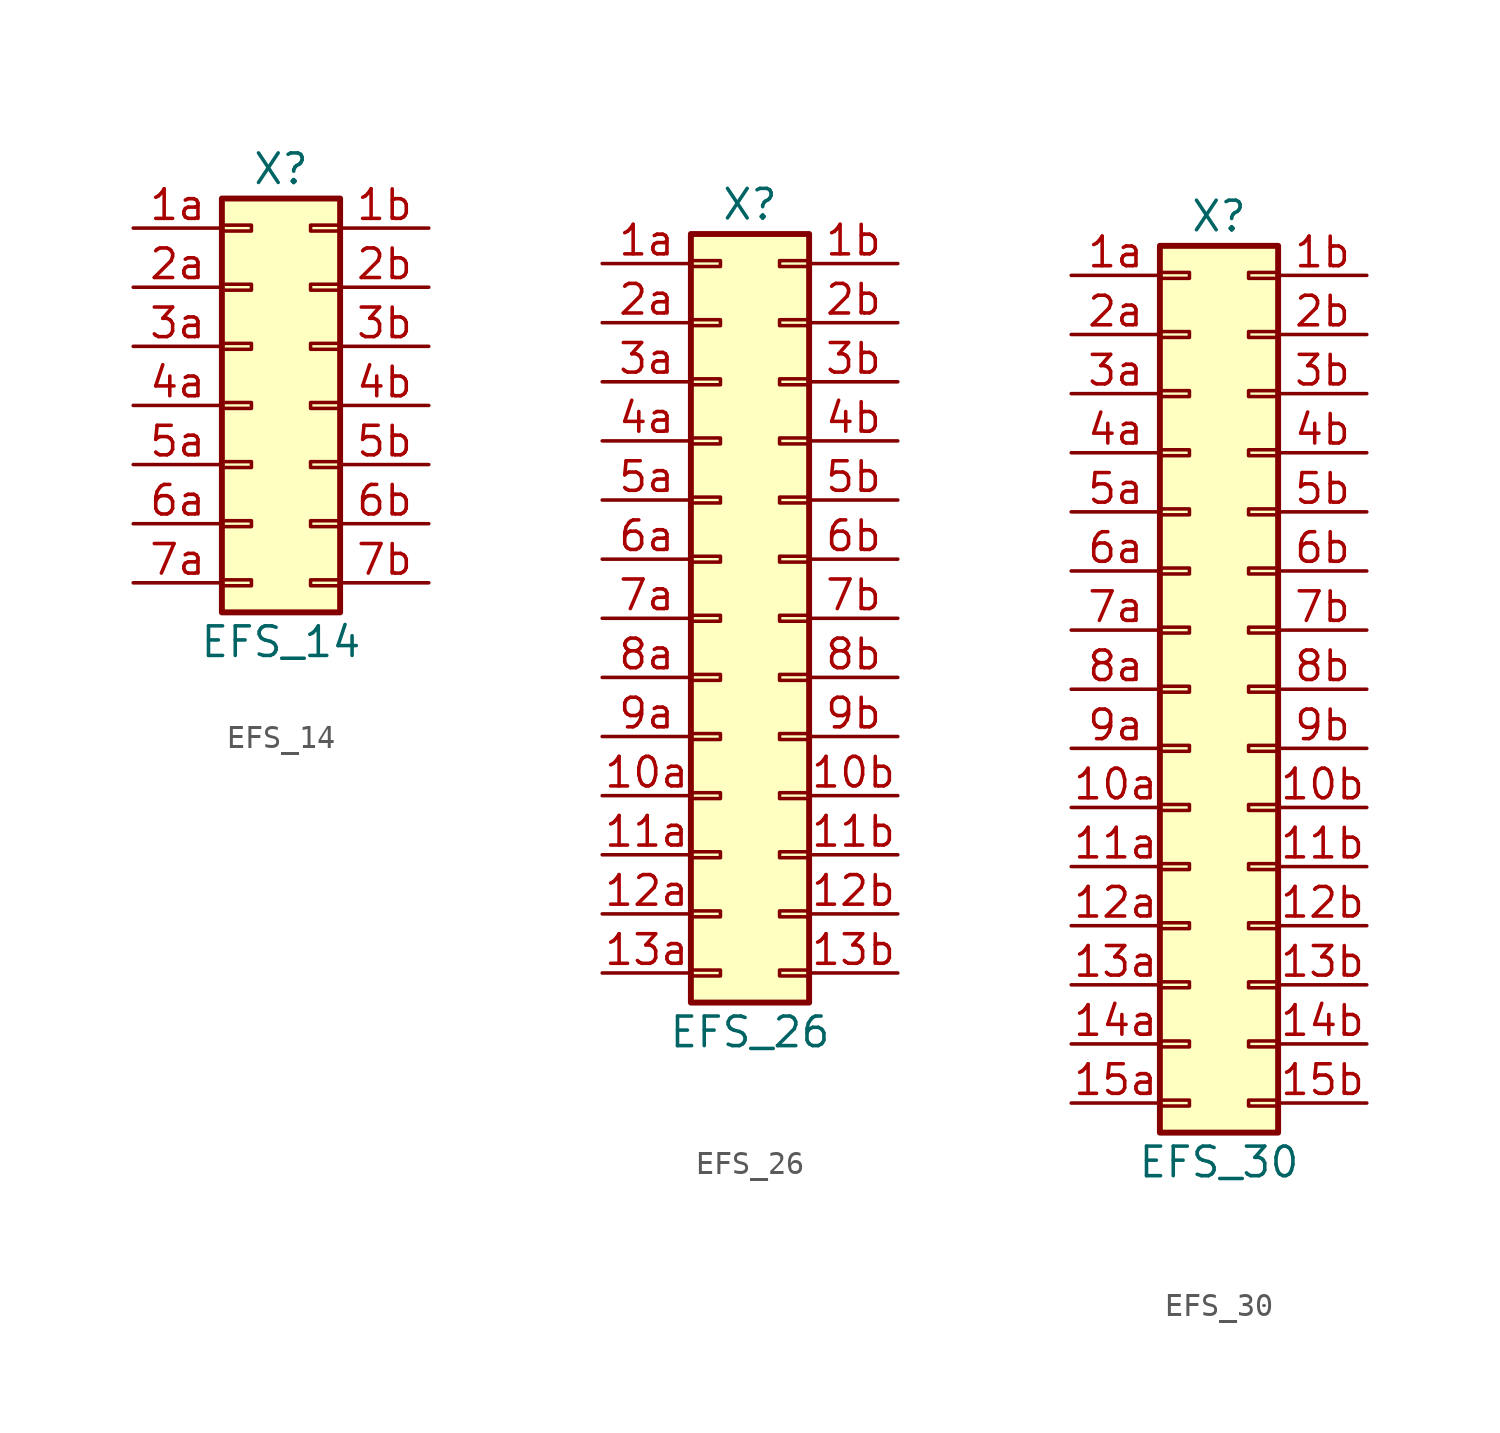
<source format=kicad_sym>
(kicad_symbol_lib
  (version 20211014)
  (generator kicad_symbol_editor)
  (symbol "EFS_14"
    (pin_names
      (offset 1.016) hide)
    (property "Reference" "X"
      (at 0 10.16 0)
      (effects (font (size 1.27 1.27))))
    (property "Value" "EFS_14"
      (at 0 -10.16 0)
      (effects (font (size 1.27 1.27))))
    (symbol "EFS_14_1_1"
      (rectangle (start -2.54 -7.493) (end -1.27 -7.747) (stroke (width 0.152) (type default) (color 0 0 0 0)) (fill (type none)))
      (rectangle (start -2.54 -4.953) (end -1.27 -5.207) (stroke (width 0.152) (type default) (color 0 0 0 0)) (fill (type none)))
      (rectangle (start -2.54 -2.413) (end -1.27 -2.667) (stroke (width 0.152) (type default) (color 0 0 0 0)) (fill (type none)))
      (rectangle (start -2.54 0.127) (end -1.27 -0.127) (stroke (width 0.152) (type default) (color 0 0 0 0)) (fill (type none)))
      (rectangle (start -2.54 2.667) (end -1.27 2.413) (stroke (width 0.152) (type default) (color 0 0 0 0)) (fill (type none)))
      (rectangle (start -2.54 5.207) (end -1.27 4.953) (stroke (width 0.152) (type default) (color 0 0 0 0)) (fill (type none)))
      (rectangle (start -2.54 7.747) (end -1.27 7.493) (stroke (width 0.152) (type default) (color 0 0 0 0)) (fill (type none)))
      (rectangle (start -2.54 8.89) (end 2.54 -8.89) (stroke (width 0.254) (type default) (color 0 0 0 0)) (fill (type background)))
      (rectangle (start 2.54 -7.493) (end 1.27 -7.747) (stroke (width 0.152) (type default) (color 0 0 0 0)) (fill (type none)))
      (rectangle (start 2.54 -4.953) (end 1.27 -5.207) (stroke (width 0.152) (type default) (color 0 0 0 0)) (fill (type none)))
      (rectangle (start 2.54 -2.413) (end 1.27 -2.667) (stroke (width 0.152) (type default) (color 0 0 0 0)) (fill (type none)))
      (rectangle (start 2.54 0.127) (end 1.27 -0.127) (stroke (width 0.152) (type default) (color 0 0 0 0)) (fill (type none)))
      (rectangle (start 2.54 2.667) (end 1.27 2.413) (stroke (width 0.152) (type default) (color 0 0 0 0)) (fill (type none)))
      (rectangle (start 2.54 5.207) (end 1.27 4.953) (stroke (width 0.152) (type default) (color 0 0 0 0)) (fill (type none)))
      (rectangle (start 2.54 7.747) (end 1.27 7.493) (stroke (width 0.152) (type default) (color 0 0 0 0)) (fill (type none)))
      (pin passive line (at -6.35 7.62 0) (length 3.81) (name "Pin_1a" (effects (font (size 1.27 1.27)))) (number "1a" (effects (font (size 1.27 1.27)))))
      (pin passive line (at 6.35 7.62 180) (length 3.81) (name "Pin_1b" (effects (font (size 1.27 1.27)))) (number "1b" (effects (font (size 1.27 1.27)))))
      (pin passive line (at -6.35 5.08 0) (length 3.81) (name "Pin_2a" (effects (font (size 1.27 1.27)))) (number "2a" (effects (font (size 1.27 1.27)))))
      (pin passive line (at 6.35 5.08 180) (length 3.81) (name "Pin_2b" (effects (font (size 1.27 1.27)))) (number "2b" (effects (font (size 1.27 1.27)))))
      (pin passive line (at -6.35 2.54 0) (length 3.81) (name "Pin_3a" (effects (font (size 1.27 1.27)))) (number "3a" (effects (font (size 1.27 1.27)))))
      (pin passive line (at 6.35 2.54 180) (length 3.81) (name "Pin_3b" (effects (font (size 1.27 1.27)))) (number "3b" (effects (font (size 1.27 1.27)))))
      (pin passive line (at -6.35 0 0) (length 3.81) (name "Pin_4a" (effects (font (size 1.27 1.27)))) (number "4a" (effects (font (size 1.27 1.27)))))
      (pin passive line (at 6.35 0 180) (length 3.81) (name "Pin_4b" (effects (font (size 1.27 1.27)))) (number "4b" (effects (font (size 1.27 1.27)))))
      (pin passive line (at -6.35 -2.54 0) (length 3.81) (name "Pin_5a" (effects (font (size 1.27 1.27)))) (number "5a" (effects (font (size 1.27 1.27)))))
      (pin passive line (at 6.35 -2.54 180) (length 3.81) (name "Pin_5b" (effects (font (size 1.27 1.27)))) (number "5b" (effects (font (size 1.27 1.27)))))
      (pin passive line (at -6.35 -5.08 0) (length 3.81) (name "Pin_6a" (effects (font (size 1.27 1.27)))) (number "6a" (effects (font (size 1.27 1.27)))))
      (pin passive line (at 6.35 -5.08 180) (length 3.81) (name "Pin_6b" (effects (font (size 1.27 1.27)))) (number "6b" (effects (font (size 1.27 1.27)))))
      (pin passive line (at -6.35 -7.62 0) (length 3.81) (name "Pin_7a" (effects (font (size 1.27 1.27)))) (number "7a" (effects (font (size 1.27 1.27)))))
      (pin passive line (at 6.35 -7.62 180) (length 3.81) (name "Pin_7b" (effects (font (size 1.27 1.27)))) (number "7b" (effects (font (size 1.27 1.27)))))))
  (symbol "EFS_26"
    (pin_names
      (offset 1.016) hide)
    (property "Reference" "X"
      (at 0 17.78 0)
      (effects (font (size 1.27 1.27))))
    (property "Value" "EFS_26"
      (at 0 -17.78 0)
      (effects (font (size 1.27 1.27))))
    (symbol "EFS_26_1_1"
      (rectangle (start -2.54 -15.113) (end -1.27 -15.367) (stroke (width 0.152) (type default) (color 0 0 0 0)) (fill (type none)))
      (rectangle (start -2.54 -12.573) (end -1.27 -12.827) (stroke (width 0.152) (type default) (color 0 0 0 0)) (fill (type none)))
      (rectangle (start -2.54 -10.033) (end -1.27 -10.287) (stroke (width 0.152) (type default) (color 0 0 0 0)) (fill (type none)))
      (rectangle (start -2.54 -7.493) (end -1.27 -7.747) (stroke (width 0.152) (type default) (color 0 0 0 0)) (fill (type none)))
      (rectangle (start -2.54 -4.953) (end -1.27 -5.207) (stroke (width 0.152) (type default) (color 0 0 0 0)) (fill (type none)))
      (rectangle (start -2.54 -2.413) (end -1.27 -2.667) (stroke (width 0.152) (type default) (color 0 0 0 0)) (fill (type none)))
      (rectangle (start -2.54 0.127) (end -1.27 -0.127) (stroke (width 0.152) (type default) (color 0 0 0 0)) (fill (type none)))
      (rectangle (start -2.54 2.667) (end -1.27 2.413) (stroke (width 0.152) (type default) (color 0 0 0 0)) (fill (type none)))
      (rectangle (start -2.54 5.207) (end -1.27 4.953) (stroke (width 0.152) (type default) (color 0 0 0 0)) (fill (type none)))
      (rectangle (start -2.54 7.747) (end -1.27 7.493) (stroke (width 0.152) (type default) (color 0 0 0 0)) (fill (type none)))
      (rectangle (start -2.54 10.287) (end -1.27 10.033) (stroke (width 0.152) (type default) (color 0 0 0 0)) (fill (type none)))
      (rectangle (start -2.54 12.827) (end -1.27 12.573) (stroke (width 0.152) (type default) (color 0 0 0 0)) (fill (type none)))
      (rectangle (start -2.54 15.367) (end -1.27 15.113) (stroke (width 0.152) (type default) (color 0 0 0 0)) (fill (type none)))
      (rectangle (start -2.54 16.51) (end 2.54 -16.51) (stroke (width 0.254) (type default) (color 0 0 0 0)) (fill (type background)))
      (rectangle (start 2.54 -15.113) (end 1.27 -15.367) (stroke (width 0.152) (type default) (color 0 0 0 0)) (fill (type none)))
      (rectangle (start 2.54 -12.573) (end 1.27 -12.827) (stroke (width 0.152) (type default) (color 0 0 0 0)) (fill (type none)))
      (rectangle (start 2.54 -10.033) (end 1.27 -10.287) (stroke (width 0.152) (type default) (color 0 0 0 0)) (fill (type none)))
      (rectangle (start 2.54 -7.493) (end 1.27 -7.747) (stroke (width 0.152) (type default) (color 0 0 0 0)) (fill (type none)))
      (rectangle (start 2.54 -4.953) (end 1.27 -5.207) (stroke (width 0.152) (type default) (color 0 0 0 0)) (fill (type none)))
      (rectangle (start 2.54 -2.413) (end 1.27 -2.667) (stroke (width 0.152) (type default) (color 0 0 0 0)) (fill (type none)))
      (rectangle (start 2.54 0.127) (end 1.27 -0.127) (stroke (width 0.152) (type default) (color 0 0 0 0)) (fill (type none)))
      (rectangle (start 2.54 2.667) (end 1.27 2.413) (stroke (width 0.152) (type default) (color 0 0 0 0)) (fill (type none)))
      (rectangle (start 2.54 5.207) (end 1.27 4.953) (stroke (width 0.152) (type default) (color 0 0 0 0)) (fill (type none)))
      (rectangle (start 2.54 7.747) (end 1.27 7.493) (stroke (width 0.152) (type default) (color 0 0 0 0)) (fill (type none)))
      (rectangle (start 2.54 10.287) (end 1.27 10.033) (stroke (width 0.152) (type default) (color 0 0 0 0)) (fill (type none)))
      (rectangle (start 2.54 12.827) (end 1.27 12.573) (stroke (width 0.152) (type default) (color 0 0 0 0)) (fill (type none)))
      (rectangle (start 2.54 15.367) (end 1.27 15.113) (stroke (width 0.152) (type default) (color 0 0 0 0)) (fill (type none)))
      (pin passive line (at -6.35 -7.62 0) (length 3.81) (name "Pin_10a" (effects (font (size 1.27 1.27)))) (number "10a" (effects (font (size 1.27 1.27)))))
      (pin passive line (at 6.35 -7.62 180) (length 3.81) (name "Pin_10b" (effects (font (size 1.27 1.27)))) (number "10b" (effects (font (size 1.27 1.27)))))
      (pin passive line (at -6.35 -10.16 0) (length 3.81) (name "Pin_11a" (effects (font (size 1.27 1.27)))) (number "11a" (effects (font (size 1.27 1.27)))))
      (pin passive line (at 6.35 -10.16 180) (length 3.81) (name "Pin_11b" (effects (font (size 1.27 1.27)))) (number "11b" (effects (font (size 1.27 1.27)))))
      (pin passive line (at -6.35 -12.7 0) (length 3.81) (name "Pin_12a" (effects (font (size 1.27 1.27)))) (number "12a" (effects (font (size 1.27 1.27)))))
      (pin passive line (at 6.35 -12.7 180) (length 3.81) (name "Pin_12b" (effects (font (size 1.27 1.27)))) (number "12b" (effects (font (size 1.27 1.27)))))
      (pin passive line (at -6.35 -15.24 0) (length 3.81) (name "Pin_13a" (effects (font (size 1.27 1.27)))) (number "13a" (effects (font (size 1.27 1.27)))))
      (pin passive line (at 6.35 -15.24 180) (length 3.81) (name "Pin_13b" (effects (font (size 1.27 1.27)))) (number "13b" (effects (font (size 1.27 1.27)))))
      (pin passive line (at -6.35 15.24 0) (length 3.81) (name "Pin_1a" (effects (font (size 1.27 1.27)))) (number "1a" (effects (font (size 1.27 1.27)))))
      (pin passive line (at 6.35 15.24 180) (length 3.81) (name "Pin_1b" (effects (font (size 1.27 1.27)))) (number "1b" (effects (font (size 1.27 1.27)))))
      (pin passive line (at -6.35 12.7 0) (length 3.81) (name "Pin_2a" (effects (font (size 1.27 1.27)))) (number "2a" (effects (font (size 1.27 1.27)))))
      (pin passive line (at 6.35 12.7 180) (length 3.81) (name "Pin_2b" (effects (font (size 1.27 1.27)))) (number "2b" (effects (font (size 1.27 1.27)))))
      (pin passive line (at -6.35 10.16 0) (length 3.81) (name "Pin_3a" (effects (font (size 1.27 1.27)))) (number "3a" (effects (font (size 1.27 1.27)))))
      (pin passive line (at 6.35 10.16 180) (length 3.81) (name "Pin_3b" (effects (font (size 1.27 1.27)))) (number "3b" (effects (font (size 1.27 1.27)))))
      (pin passive line (at -6.35 7.62 0) (length 3.81) (name "Pin_4a" (effects (font (size 1.27 1.27)))) (number "4a" (effects (font (size 1.27 1.27)))))
      (pin passive line (at 6.35 7.62 180) (length 3.81) (name "Pin_4b" (effects (font (size 1.27 1.27)))) (number "4b" (effects (font (size 1.27 1.27)))))
      (pin passive line (at -6.35 5.08 0) (length 3.81) (name "Pin_5a" (effects (font (size 1.27 1.27)))) (number "5a" (effects (font (size 1.27 1.27)))))
      (pin passive line (at 6.35 5.08 180) (length 3.81) (name "Pin_5b" (effects (font (size 1.27 1.27)))) (number "5b" (effects (font (size 1.27 1.27)))))
      (pin passive line (at -6.35 2.54 0) (length 3.81) (name "Pin_6a" (effects (font (size 1.27 1.27)))) (number "6a" (effects (font (size 1.27 1.27)))))
      (pin passive line (at 6.35 2.54 180) (length 3.81) (name "Pin_6b" (effects (font (size 1.27 1.27)))) (number "6b" (effects (font (size 1.27 1.27)))))
      (pin passive line (at -6.35 0 0) (length 3.81) (name "Pin_7a" (effects (font (size 1.27 1.27)))) (number "7a" (effects (font (size 1.27 1.27)))))
      (pin passive line (at 6.35 0 180) (length 3.81) (name "Pin_7b" (effects (font (size 1.27 1.27)))) (number "7b" (effects (font (size 1.27 1.27)))))
      (pin passive line (at -6.35 -2.54 0) (length 3.81) (name "Pin_8a" (effects (font (size 1.27 1.27)))) (number "8a" (effects (font (size 1.27 1.27)))))
      (pin passive line (at 6.35 -2.54 180) (length 3.81) (name "Pin_8b" (effects (font (size 1.27 1.27)))) (number "8b" (effects (font (size 1.27 1.27)))))
      (pin passive line (at -6.35 -5.08 0) (length 3.81) (name "Pin_9a" (effects (font (size 1.27 1.27)))) (number "9a" (effects (font (size 1.27 1.27)))))
      (pin passive line (at 6.35 -5.08 180) (length 3.81) (name "Pin_9b" (effects (font (size 1.27 1.27)))) (number "9b" (effects (font (size 1.27 1.27)))))))
  (symbol "EFS_30"
    (pin_names
      (offset 1.016) hide)
    (property "Reference" "X"
      (at 0 20.32 0)
      (effects (font (size 1.27 1.27))))
    (property "Value" "EFS_30"
      (at 0 -20.32 0)
      (effects (font (size 1.27 1.27))))
    (symbol "EFS_30_1_1"
      (rectangle (start -2.54 -17.653) (end -1.27 -17.907) (stroke (width 0.152) (type default) (color 0 0 0 0)) (fill (type none)))
      (rectangle (start -2.54 -15.113) (end -1.27 -15.367) (stroke (width 0.152) (type default) (color 0 0 0 0)) (fill (type none)))
      (rectangle (start -2.54 -12.573) (end -1.27 -12.827) (stroke (width 0.152) (type default) (color 0 0 0 0)) (fill (type none)))
      (rectangle (start -2.54 -10.033) (end -1.27 -10.287) (stroke (width 0.152) (type default) (color 0 0 0 0)) (fill (type none)))
      (rectangle (start -2.54 -7.493) (end -1.27 -7.747) (stroke (width 0.152) (type default) (color 0 0 0 0)) (fill (type none)))
      (rectangle (start -2.54 -4.953) (end -1.27 -5.207) (stroke (width 0.152) (type default) (color 0 0 0 0)) (fill (type none)))
      (rectangle (start -2.54 -2.413) (end -1.27 -2.667) (stroke (width 0.152) (type default) (color 0 0 0 0)) (fill (type none)))
      (rectangle (start -2.54 0.127) (end -1.27 -0.127) (stroke (width 0.152) (type default) (color 0 0 0 0)) (fill (type none)))
      (rectangle (start -2.54 2.667) (end -1.27 2.413) (stroke (width 0.152) (type default) (color 0 0 0 0)) (fill (type none)))
      (rectangle (start -2.54 5.207) (end -1.27 4.953) (stroke (width 0.152) (type default) (color 0 0 0 0)) (fill (type none)))
      (rectangle (start -2.54 7.747) (end -1.27 7.493) (stroke (width 0.152) (type default) (color 0 0 0 0)) (fill (type none)))
      (rectangle (start -2.54 10.287) (end -1.27 10.033) (stroke (width 0.152) (type default) (color 0 0 0 0)) (fill (type none)))
      (rectangle (start -2.54 12.827) (end -1.27 12.573) (stroke (width 0.152) (type default) (color 0 0 0 0)) (fill (type none)))
      (rectangle (start -2.54 15.367) (end -1.27 15.113) (stroke (width 0.152) (type default) (color 0 0 0 0)) (fill (type none)))
      (rectangle (start -2.54 17.907) (end -1.27 17.653) (stroke (width 0.152) (type default) (color 0 0 0 0)) (fill (type none)))
      (rectangle (start -2.54 19.05) (end 2.54 -19.05) (stroke (width 0.254) (type default) (color 0 0 0 0)) (fill (type background)))
      (rectangle (start 2.54 -17.653) (end 1.27 -17.907) (stroke (width 0.152) (type default) (color 0 0 0 0)) (fill (type none)))
      (rectangle (start 2.54 -15.113) (end 1.27 -15.367) (stroke (width 0.152) (type default) (color 0 0 0 0)) (fill (type none)))
      (rectangle (start 2.54 -12.573) (end 1.27 -12.827) (stroke (width 0.152) (type default) (color 0 0 0 0)) (fill (type none)))
      (rectangle (start 2.54 -10.033) (end 1.27 -10.287) (stroke (width 0.152) (type default) (color 0 0 0 0)) (fill (type none)))
      (rectangle (start 2.54 -7.493) (end 1.27 -7.747) (stroke (width 0.152) (type default) (color 0 0 0 0)) (fill (type none)))
      (rectangle (start 2.54 -4.953) (end 1.27 -5.207) (stroke (width 0.152) (type default) (color 0 0 0 0)) (fill (type none)))
      (rectangle (start 2.54 -2.413) (end 1.27 -2.667) (stroke (width 0.152) (type default) (color 0 0 0 0)) (fill (type none)))
      (rectangle (start 2.54 0.127) (end 1.27 -0.127) (stroke (width 0.152) (type default) (color 0 0 0 0)) (fill (type none)))
      (rectangle (start 2.54 2.667) (end 1.27 2.413) (stroke (width 0.152) (type default) (color 0 0 0 0)) (fill (type none)))
      (rectangle (start 2.54 5.207) (end 1.27 4.953) (stroke (width 0.152) (type default) (color 0 0 0 0)) (fill (type none)))
      (rectangle (start 2.54 7.747) (end 1.27 7.493) (stroke (width 0.152) (type default) (color 0 0 0 0)) (fill (type none)))
      (rectangle (start 2.54 10.287) (end 1.27 10.033) (stroke (width 0.152) (type default) (color 0 0 0 0)) (fill (type none)))
      (rectangle (start 2.54 12.827) (end 1.27 12.573) (stroke (width 0.152) (type default) (color 0 0 0 0)) (fill (type none)))
      (rectangle (start 2.54 15.367) (end 1.27 15.113) (stroke (width 0.152) (type default) (color 0 0 0 0)) (fill (type none)))
      (rectangle (start 2.54 17.907) (end 1.27 17.653) (stroke (width 0.152) (type default) (color 0 0 0 0)) (fill (type none)))
      (pin passive line (at -6.35 -5.08 0) (length 3.81) (name "Pin_10a" (effects (font (size 1.27 1.27)))) (number "10a" (effects (font (size 1.27 1.27)))))
      (pin passive line (at 6.35 -5.08 180) (length 3.81) (name "Pin_10b" (effects (font (size 1.27 1.27)))) (number "10b" (effects (font (size 1.27 1.27)))))
      (pin passive line (at -6.35 -7.62 0) (length 3.81) (name "Pin_11a" (effects (font (size 1.27 1.27)))) (number "11a" (effects (font (size 1.27 1.27)))))
      (pin passive line (at 6.35 -7.62 180) (length 3.81) (name "Pin_11b" (effects (font (size 1.27 1.27)))) (number "11b" (effects (font (size 1.27 1.27)))))
      (pin passive line (at -6.35 -10.16 0) (length 3.81) (name "Pin_12a" (effects (font (size 1.27 1.27)))) (number "12a" (effects (font (size 1.27 1.27)))))
      (pin passive line (at 6.35 -10.16 180) (length 3.81) (name "Pin_12b" (effects (font (size 1.27 1.27)))) (number "12b" (effects (font (size 1.27 1.27)))))
      (pin passive line (at -6.35 -12.7 0) (length 3.81) (name "Pin_13a" (effects (font (size 1.27 1.27)))) (number "13a" (effects (font (size 1.27 1.27)))))
      (pin passive line (at 6.35 -12.7 180) (length 3.81) (name "Pin_13b" (effects (font (size 1.27 1.27)))) (number "13b" (effects (font (size 1.27 1.27)))))
      (pin passive line (at -6.35 -15.24 0) (length 3.81) (name "Pin_14a" (effects (font (size 1.27 1.27)))) (number "14a" (effects (font (size 1.27 1.27)))))
      (pin passive line (at 6.35 -15.24 180) (length 3.81) (name "Pin_14b" (effects (font (size 1.27 1.27)))) (number "14b" (effects (font (size 1.27 1.27)))))
      (pin passive line (at -6.35 -17.78 0) (length 3.81) (name "Pin_15a" (effects (font (size 1.27 1.27)))) (number "15a" (effects (font (size 1.27 1.27)))))
      (pin passive line (at 6.35 -17.78 180) (length 3.81) (name "Pin_15b" (effects (font (size 1.27 1.27)))) (number "15b" (effects (font (size 1.27 1.27)))))
      (pin passive line (at -6.35 17.78 0) (length 3.81) (name "Pin_1a" (effects (font (size 1.27 1.27)))) (number "1a" (effects (font (size 1.27 1.27)))))
      (pin passive line (at 6.35 17.78 180) (length 3.81) (name "Pin_1b" (effects (font (size 1.27 1.27)))) (number "1b" (effects (font (size 1.27 1.27)))))
      (pin passive line (at -6.35 15.24 0) (length 3.81) (name "Pin_2a" (effects (font (size 1.27 1.27)))) (number "2a" (effects (font (size 1.27 1.27)))))
      (pin passive line (at 6.35 15.24 180) (length 3.81) (name "Pin_2b" (effects (font (size 1.27 1.27)))) (number "2b" (effects (font (size 1.27 1.27)))))
      (pin passive line (at -6.35 12.7 0) (length 3.81) (name "Pin_3a" (effects (font (size 1.27 1.27)))) (number "3a" (effects (font (size 1.27 1.27)))))
      (pin passive line (at 6.35 12.7 180) (length 3.81) (name "Pin_3b" (effects (font (size 1.27 1.27)))) (number "3b" (effects (font (size 1.27 1.27)))))
      (pin passive line (at -6.35 10.16 0) (length 3.81) (name "Pin_4a" (effects (font (size 1.27 1.27)))) (number "4a" (effects (font (size 1.27 1.27)))))
      (pin passive line (at 6.35 10.16 180) (length 3.81) (name "Pin_4b" (effects (font (size 1.27 1.27)))) (number "4b" (effects (font (size 1.27 1.27)))))
      (pin passive line (at -6.35 7.62 0) (length 3.81) (name "Pin_5a" (effects (font (size 1.27 1.27)))) (number "5a" (effects (font (size 1.27 1.27)))))
      (pin passive line (at 6.35 7.62 180) (length 3.81) (name "Pin_5b" (effects (font (size 1.27 1.27)))) (number "5b" (effects (font (size 1.27 1.27)))))
      (pin passive line (at -6.35 5.08 0) (length 3.81) (name "Pin_6a" (effects (font (size 1.27 1.27)))) (number "6a" (effects (font (size 1.27 1.27)))))
      (pin passive line (at 6.35 5.08 180) (length 3.81) (name "Pin_6b" (effects (font (size 1.27 1.27)))) (number "6b" (effects (font (size 1.27 1.27)))))
      (pin passive line (at -6.35 2.54 0) (length 3.81) (name "Pin_7a" (effects (font (size 1.27 1.27)))) (number "7a" (effects (font (size 1.27 1.27)))))
      (pin passive line (at 6.35 2.54 180) (length 3.81) (name "Pin_7b" (effects (font (size 1.27 1.27)))) (number "7b" (effects (font (size 1.27 1.27)))))
      (pin passive line (at -6.35 0 0) (length 3.81) (name "Pin_8a" (effects (font (size 1.27 1.27)))) (number "8a" (effects (font (size 1.27 1.27)))))
      (pin passive line (at 6.35 0 180) (length 3.81) (name "Pin_8b" (effects (font (size 1.27 1.27)))) (number "8b" (effects (font (size 1.27 1.27)))))
      (pin passive line (at -6.35 -2.54 0) (length 3.81) (name "Pin_9a" (effects (font (size 1.27 1.27)))) (number "9a" (effects (font (size 1.27 1.27)))))
      (pin passive line (at 6.35 -2.54 180) (length 3.81) (name "Pin_9b" (effects (font (size 1.27 1.27)))) (number "9b" (effects (font (size 1.27 1.27))))))))
</source>
